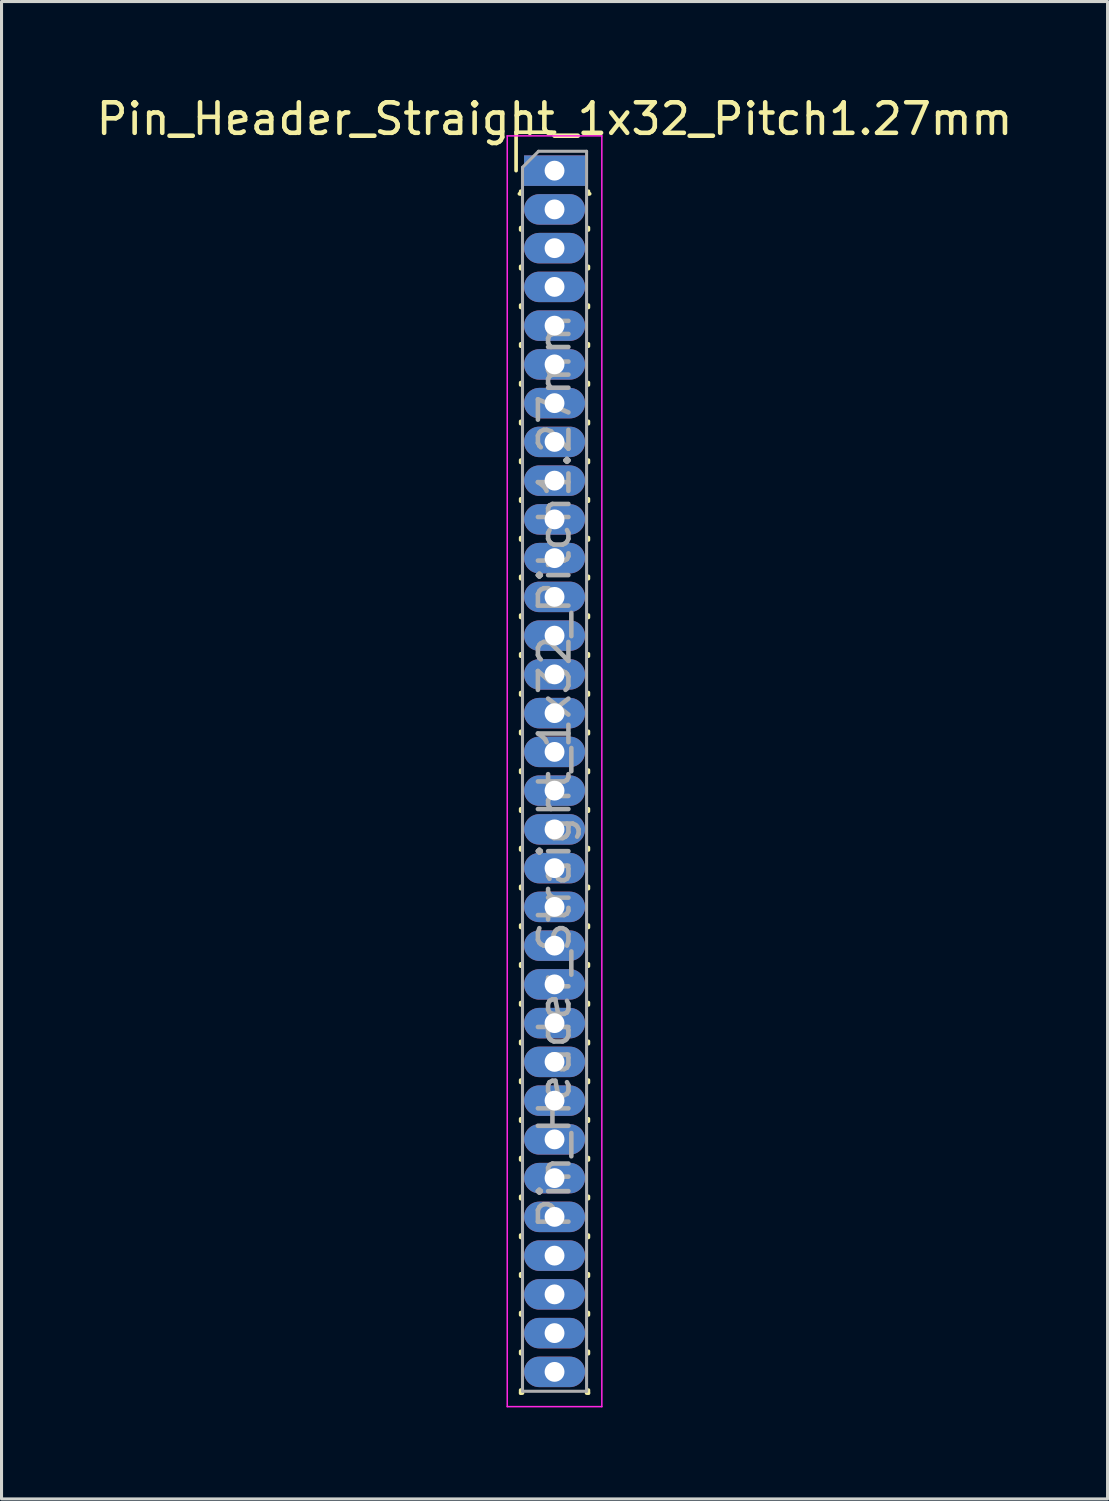
<source format=kicad_pcb>
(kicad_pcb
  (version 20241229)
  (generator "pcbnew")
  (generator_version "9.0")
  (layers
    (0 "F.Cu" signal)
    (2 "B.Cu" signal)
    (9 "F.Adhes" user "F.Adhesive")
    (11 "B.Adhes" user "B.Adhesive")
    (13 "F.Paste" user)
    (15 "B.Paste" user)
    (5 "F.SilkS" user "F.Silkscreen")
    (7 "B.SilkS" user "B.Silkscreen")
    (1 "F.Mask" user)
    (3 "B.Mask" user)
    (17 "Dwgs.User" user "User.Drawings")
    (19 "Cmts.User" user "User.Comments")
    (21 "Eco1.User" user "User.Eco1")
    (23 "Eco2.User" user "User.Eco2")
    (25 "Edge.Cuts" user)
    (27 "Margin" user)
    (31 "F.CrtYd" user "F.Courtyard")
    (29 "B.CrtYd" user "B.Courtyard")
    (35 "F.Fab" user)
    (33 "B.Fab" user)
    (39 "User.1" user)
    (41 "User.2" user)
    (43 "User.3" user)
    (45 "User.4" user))
  (footprint "Pin_Header_Straight_1x32_Pitch1.27mm"
    (layer "F.Cu")
    (at 15.125 2.543)
    (property "Reference" "Pin_Header_Straight_1x32_Pitch1.27mm" (at 0 -1.695 0) (layer "F.SilkS") (effects (font (size 1 1) (thickness 0.15))))
    (attr through_hole)
    (fp_line (start -1.26 -1.26) (end 0 -1.26) (stroke (width 0.12) (type solid)) (layer "F.SilkS"))
    (fp_line (start -1.26 0) (end -1.26 -1.26) (stroke (width 0.12) (type solid)) (layer "F.SilkS"))
    (fp_line (start -1.11 0.76) (end -1.152 0.76) (stroke (width 0.12) (type solid)) (layer "F.SilkS"))
    (fp_line (start -1.11 0.76) (end -1.11 0.674) (stroke (width 0.12) (type solid)) (layer "F.SilkS"))
    (fp_line (start -1.11 1.866) (end -1.11 1.944) (stroke (width 0.12) (type solid)) (layer "F.SilkS"))
    (fp_line (start -1.11 3.136) (end -1.11 3.214) (stroke (width 0.12) (type solid)) (layer "F.SilkS"))
    (fp_line (start -1.11 4.406) (end -1.11 4.484) (stroke (width 0.12) (type solid)) (layer "F.SilkS"))
    (fp_line (start -1.11 5.676) (end -1.11 5.754) (stroke (width 0.12) (type solid)) (layer "F.SilkS"))
    (fp_line (start -1.11 6.946) (end -1.11 7.024) (stroke (width 0.12) (type solid)) (layer "F.SilkS"))
    (fp_line (start -1.11 8.216) (end -1.11 8.294) (stroke (width 0.12) (type solid)) (layer "F.SilkS"))
    (fp_line (start -1.11 9.486) (end -1.11 9.564) (stroke (width 0.12) (type solid)) (layer "F.SilkS"))
    (fp_line (start -1.11 10.756) (end -1.11 10.834) (stroke (width 0.12) (type solid)) (layer "F.SilkS"))
    (fp_line (start -1.11 12.026) (end -1.11 12.104) (stroke (width 0.12) (type solid)) (layer "F.SilkS"))
    (fp_line (start -1.11 13.296) (end -1.11 13.374) (stroke (width 0.12) (type solid)) (layer "F.SilkS"))
    (fp_line (start -1.11 14.566) (end -1.11 14.644) (stroke (width 0.12) (type solid)) (layer "F.SilkS"))
    (fp_line (start -1.11 15.836) (end -1.11 15.914) (stroke (width 0.12) (type solid)) (layer "F.SilkS"))
    (fp_line (start -1.11 17.106) (end -1.11 17.184) (stroke (width 0.12) (type solid)) (layer "F.SilkS"))
    (fp_line (start -1.11 18.376) (end -1.11 18.454) (stroke (width 0.12) (type solid)) (layer "F.SilkS"))
    (fp_line (start -1.11 19.646) (end -1.11 19.724) (stroke (width 0.12) (type solid)) (layer "F.SilkS"))
    (fp_line (start -1.11 20.916) (end -1.11 20.994) (stroke (width 0.12) (type solid)) (layer "F.SilkS"))
    (fp_line (start -1.11 22.186) (end -1.11 22.264) (stroke (width 0.12) (type solid)) (layer "F.SilkS"))
    (fp_line (start -1.11 23.456) (end -1.11 23.534) (stroke (width 0.12) (type solid)) (layer "F.SilkS"))
    (fp_line (start -1.11 24.726) (end -1.11 24.804) (stroke (width 0.12) (type solid)) (layer "F.SilkS"))
    (fp_line (start -1.11 25.996) (end -1.11 26.074) (stroke (width 0.12) (type solid)) (layer "F.SilkS"))
    (fp_line (start -1.11 27.266) (end -1.11 27.344) (stroke (width 0.12) (type solid)) (layer "F.SilkS"))
    (fp_line (start -1.11 28.536) (end -1.11 28.614) (stroke (width 0.12) (type solid)) (layer "F.SilkS"))
    (fp_line (start -1.11 29.806) (end -1.11 29.884) (stroke (width 0.12) (type solid)) (layer "F.SilkS"))
    (fp_line (start -1.11 31.076) (end -1.11 31.154) (stroke (width 0.12) (type solid)) (layer "F.SilkS"))
    (fp_line (start -1.11 32.346) (end -1.11 32.424) (stroke (width 0.12) (type solid)) (layer "F.SilkS"))
    (fp_line (start -1.11 33.616) (end -1.11 33.694) (stroke (width 0.12) (type solid)) (layer "F.SilkS"))
    (fp_line (start -1.11 34.886) (end -1.11 34.964) (stroke (width 0.12) (type solid)) (layer "F.SilkS"))
    (fp_line (start -1.11 36.156) (end -1.11 36.234) (stroke (width 0.12) (type solid)) (layer "F.SilkS"))
    (fp_line (start -1.11 37.426) (end -1.11 37.504) (stroke (width 0.12) (type solid)) (layer "F.SilkS"))
    (fp_line (start -1.11 38.696) (end -1.11 38.774) (stroke (width 0.12) (type solid)) (layer "F.SilkS"))
    (fp_line (start -1.11 39.966) (end -1.11 40.065) (stroke (width 0.12) (type solid)) (layer "F.SilkS"))
    (fp_line (start -1.11 40.065) (end -1.051 40.065) (stroke (width 0.12) (type solid)) (layer "F.SilkS"))
    (fp_line (start 1.051 40.065) (end 1.11 40.065) (stroke (width 0.12) (type solid)) (layer "F.SilkS"))
    (fp_line (start 1.11 0.76) (end 1.11 0.674) (stroke (width 0.12) (type solid)) (layer "F.SilkS"))
    (fp_line (start 1.11 1.866) (end 1.11 1.944) (stroke (width 0.12) (type solid)) (layer "F.SilkS"))
    (fp_line (start 1.11 3.136) (end 1.11 3.214) (stroke (width 0.12) (type solid)) (layer "F.SilkS"))
    (fp_line (start 1.11 4.406) (end 1.11 4.484) (stroke (width 0.12) (type solid)) (layer "F.SilkS"))
    (fp_line (start 1.11 5.676) (end 1.11 5.754) (stroke (width 0.12) (type solid)) (layer "F.SilkS"))
    (fp_line (start 1.11 6.946) (end 1.11 7.024) (stroke (width 0.12) (type solid)) (layer "F.SilkS"))
    (fp_line (start 1.11 8.216) (end 1.11 8.294) (stroke (width 0.12) (type solid)) (layer "F.SilkS"))
    (fp_line (start 1.11 9.486) (end 1.11 9.564) (stroke (width 0.12) (type solid)) (layer "F.SilkS"))
    (fp_line (start 1.11 10.756) (end 1.11 10.834) (stroke (width 0.12) (type solid)) (layer "F.SilkS"))
    (fp_line (start 1.11 12.026) (end 1.11 12.104) (stroke (width 0.12) (type solid)) (layer "F.SilkS"))
    (fp_line (start 1.11 13.296) (end 1.11 13.374) (stroke (width 0.12) (type solid)) (layer "F.SilkS"))
    (fp_line (start 1.11 14.566) (end 1.11 14.644) (stroke (width 0.12) (type solid)) (layer "F.SilkS"))
    (fp_line (start 1.11 15.836) (end 1.11 15.914) (stroke (width 0.12) (type solid)) (layer "F.SilkS"))
    (fp_line (start 1.11 17.106) (end 1.11 17.184) (stroke (width 0.12) (type solid)) (layer "F.SilkS"))
    (fp_line (start 1.11 18.376) (end 1.11 18.454) (stroke (width 0.12) (type solid)) (layer "F.SilkS"))
    (fp_line (start 1.11 19.646) (end 1.11 19.724) (stroke (width 0.12) (type solid)) (layer "F.SilkS"))
    (fp_line (start 1.11 20.916) (end 1.11 20.994) (stroke (width 0.12) (type solid)) (layer "F.SilkS"))
    (fp_line (start 1.11 22.186) (end 1.11 22.264) (stroke (width 0.12) (type solid)) (layer "F.SilkS"))
    (fp_line (start 1.11 23.456) (end 1.11 23.534) (stroke (width 0.12) (type solid)) (layer "F.SilkS"))
    (fp_line (start 1.11 24.726) (end 1.11 24.804) (stroke (width 0.12) (type solid)) (layer "F.SilkS"))
    (fp_line (start 1.11 25.996) (end 1.11 26.074) (stroke (width 0.12) (type solid)) (layer "F.SilkS"))
    (fp_line (start 1.11 27.266) (end 1.11 27.344) (stroke (width 0.12) (type solid)) (layer "F.SilkS"))
    (fp_line (start 1.11 28.536) (end 1.11 28.614) (stroke (width 0.12) (type solid)) (layer "F.SilkS"))
    (fp_line (start 1.11 29.806) (end 1.11 29.884) (stroke (width 0.12) (type solid)) (layer "F.SilkS"))
    (fp_line (start 1.11 31.076) (end 1.11 31.154) (stroke (width 0.12) (type solid)) (layer "F.SilkS"))
    (fp_line (start 1.11 32.346) (end 1.11 32.424) (stroke (width 0.12) (type solid)) (layer "F.SilkS"))
    (fp_line (start 1.11 33.616) (end 1.11 33.694) (stroke (width 0.12) (type solid)) (layer "F.SilkS"))
    (fp_line (start 1.11 34.886) (end 1.11 34.964) (stroke (width 0.12) (type solid)) (layer "F.SilkS"))
    (fp_line (start 1.11 36.156) (end 1.11 36.234) (stroke (width 0.12) (type solid)) (layer "F.SilkS"))
    (fp_line (start 1.11 37.426) (end 1.11 37.504) (stroke (width 0.12) (type solid)) (layer "F.SilkS"))
    (fp_line (start 1.11 38.696) (end 1.11 38.774) (stroke (width 0.12) (type solid)) (layer "F.SilkS"))
    (fp_line (start 1.11 39.966) (end 1.11 40.065) (stroke (width 0.12) (type solid)) (layer "F.SilkS"))
    (fp_line (start 1.152 0.76) (end 1.11 0.76) (stroke (width 0.12) (type solid)) (layer "F.SilkS"))
    (fp_line (start -1.55 -1.14) (end -1.55 40.51) (stroke (width 0.05) (type solid)) (layer "F.CrtYd"))
    (fp_line (start -1.55 40.51) (end 1.55 40.51) (stroke (width 0.05) (type solid)) (layer "F.CrtYd"))
    (fp_line (start 1.55 -1.14) (end -1.55 -1.14) (stroke (width 0.05) (type solid)) (layer "F.CrtYd"))
    (fp_line (start 1.55 40.51) (end 1.55 -1.14) (stroke (width 0.05) (type solid)) (layer "F.CrtYd"))
    (fp_line (start -1.05 -0.11) (end -0.525 -0.635) (stroke (width 0.1) (type solid)) (layer "F.Fab"))
    (fp_line (start -1.05 40.005) (end -1.05 -0.11) (stroke (width 0.1) (type solid)) (layer "F.Fab"))
    (fp_line (start -0.525 -0.635) (end 1.05 -0.635) (stroke (width 0.1) (type solid)) (layer "F.Fab"))
    (fp_line (start 1.05 -0.635) (end 1.05 40.005) (stroke (width 0.1) (type solid)) (layer "F.Fab"))
    (fp_line (start 1.05 40.005) (end -1.05 40.005) (stroke (width 0.1) (type solid)) (layer "F.Fab"))
    (fp_text user "${REFERENCE}" (at 0 19.685 90) (layer "F.Fab") (effects (font (size 1 1) (thickness 0.15))))
    (pad "1" thru_hole rect (at 0 0) (size 2 1) (drill 0.65) (layers "*.Cu" "*.Mask"))
    (pad "2" thru_hole oval (at 0 1.27) (size 2 1) (drill 0.65) (layers "*.Cu" "*.Mask"))
    (pad "3" thru_hole oval (at 0 2.54) (size 2 1) (drill 0.65) (layers "*.Cu" "*.Mask"))
    (pad "4" thru_hole oval (at 0 3.81) (size 2 1) (drill 0.65) (layers "*.Cu" "*.Mask"))
    (pad "5" thru_hole oval (at 0 5.08) (size 2 1) (drill 0.65) (layers "*.Cu" "*.Mask"))
    (pad "6" thru_hole oval (at 0 6.35) (size 2 1) (drill 0.65) (layers "*.Cu" "*.Mask"))
    (pad "7" thru_hole oval (at 0 7.62) (size 2 1) (drill 0.65) (layers "*.Cu" "*.Mask"))
    (pad "8" thru_hole oval (at 0 8.89) (size 2 1) (drill 0.65) (layers "*.Cu" "*.Mask"))
    (pad "9" thru_hole oval (at 0 10.16) (size 2 1) (drill 0.65) (layers "*.Cu" "*.Mask"))
    (pad "10" thru_hole oval (at 0 11.43) (size 2 1) (drill 0.65) (layers "*.Cu" "*.Mask"))
    (pad "11" thru_hole oval (at 0 12.7) (size 2 1) (drill 0.65) (layers "*.Cu" "*.Mask"))
    (pad "12" thru_hole oval (at 0 13.97) (size 2 1) (drill 0.65) (layers "*.Cu" "*.Mask"))
    (pad "13" thru_hole oval (at 0 15.24) (size 2 1) (drill 0.65) (layers "*.Cu" "*.Mask"))
    (pad "14" thru_hole oval (at 0 16.51) (size 2 1) (drill 0.65) (layers "*.Cu" "*.Mask"))
    (pad "15" thru_hole oval (at 0 17.78) (size 2 1) (drill 0.65) (layers "*.Cu" "*.Mask"))
    (pad "16" thru_hole oval (at 0 19.05) (size 2 1) (drill 0.65) (layers "*.Cu" "*.Mask"))
    (pad "17" thru_hole oval (at 0 20.32) (size 2 1) (drill 0.65) (layers "*.Cu" "*.Mask"))
    (pad "18" thru_hole oval (at 0 21.59) (size 2 1) (drill 0.65) (layers "*.Cu" "*.Mask"))
    (pad "19" thru_hole oval (at 0 22.86) (size 2 1) (drill 0.65) (layers "*.Cu" "*.Mask"))
    (pad "20" thru_hole oval (at 0 24.13) (size 2 1) (drill 0.65) (layers "*.Cu" "*.Mask"))
    (pad "21" thru_hole oval (at 0 25.4) (size 2 1) (drill 0.65) (layers "*.Cu" "*.Mask"))
    (pad "22" thru_hole oval (at 0 26.67) (size 2 1) (drill 0.65) (layers "*.Cu" "*.Mask"))
    (pad "23" thru_hole oval (at 0 27.94) (size 2 1) (drill 0.65) (layers "*.Cu" "*.Mask"))
    (pad "24" thru_hole oval (at 0 29.21) (size 2 1) (drill 0.65) (layers "*.Cu" "*.Mask"))
    (pad "25" thru_hole oval (at 0 30.48) (size 2 1) (drill 0.65) (layers "*.Cu" "*.Mask"))
    (pad "26" thru_hole oval (at 0 31.75) (size 2 1) (drill 0.65) (layers "*.Cu" "*.Mask"))
    (pad "27" thru_hole oval (at 0 33.02) (size 2 1) (drill 0.65) (layers "*.Cu" "*.Mask"))
    (pad "28" thru_hole oval (at 0 34.29) (size 2 1) (drill 0.65) (layers "*.Cu" "*.Mask"))
    (pad "29" thru_hole oval (at 0 35.56) (size 2 1) (drill 0.65) (layers "*.Cu" "*.Mask"))
    (pad "30" thru_hole oval (at 0 36.83) (size 2 1) (drill 0.65) (layers "*.Cu" "*.Mask"))
    (pad "31" thru_hole oval (at 0 38.1) (size 2 1) (drill 0.65) (layers "*.Cu" "*.Mask"))
    (pad "32" thru_hole oval (at 0 39.37) (size 2 1) (drill 0.65) (layers "*.Cu" "*.Mask")))
  (gr_rect
    (start -3 -3)
    (end 33.25 46.078)
    (stroke (width 0.1) (type default))
    (fill no)
    (layer "Edge.Cuts")))
</source>
